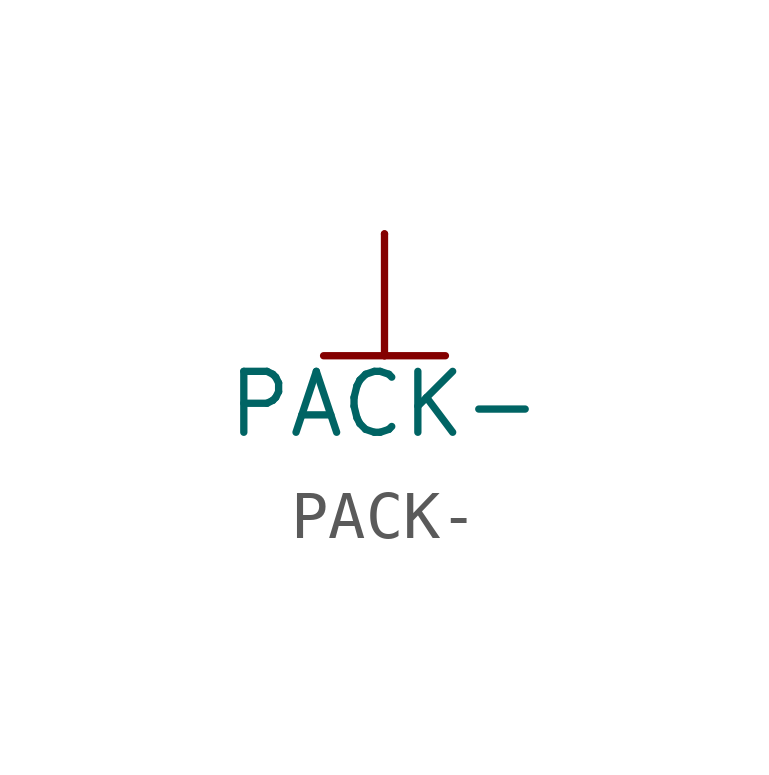
<source format=kicad_sym>
(kicad_symbol_lib
  (version 20241209)
  (generator "kicad_symbol_editor")
  (generator_version "9.0")
  (symbol "PACK-"
    (power)
    (pin_numbers
      (hide yes))
    (pin_names
      (offset 0)
      (hide yes))
    (property "Reference" "#PWR"
      (at 0 0 0)
      (effects (font (size 1.27 1.27)) (hide yes)))
    (property "Value" "PACK-"
      (at 0 -3.556 0)
      (do_not_autoplace)
      (effects (font (size 1.27 1.27))))
    (symbol "PACK-_0_1"
      (polyline (pts (xy 0 0) (xy 0 -2.54)) (stroke (width 0) (type default)) (fill (type none)))
      (polyline (pts (xy 0 -2.54) (xy -1.27 -2.54)) (stroke (width 0) (type default)) (fill (type none)))
      (polyline (pts (xy 1.27 -2.54) (xy 0 -2.54)) (stroke (width 0) (type default)) (fill (type none))))
    (symbol "PACK-_1_1"
      (pin power_in line (at 0 0 270) (length 0) (name "~" (effects (font (size 1.27 1.27)))) (number "1" (effects (font (size 1.27 1.27))))))))
</source>
